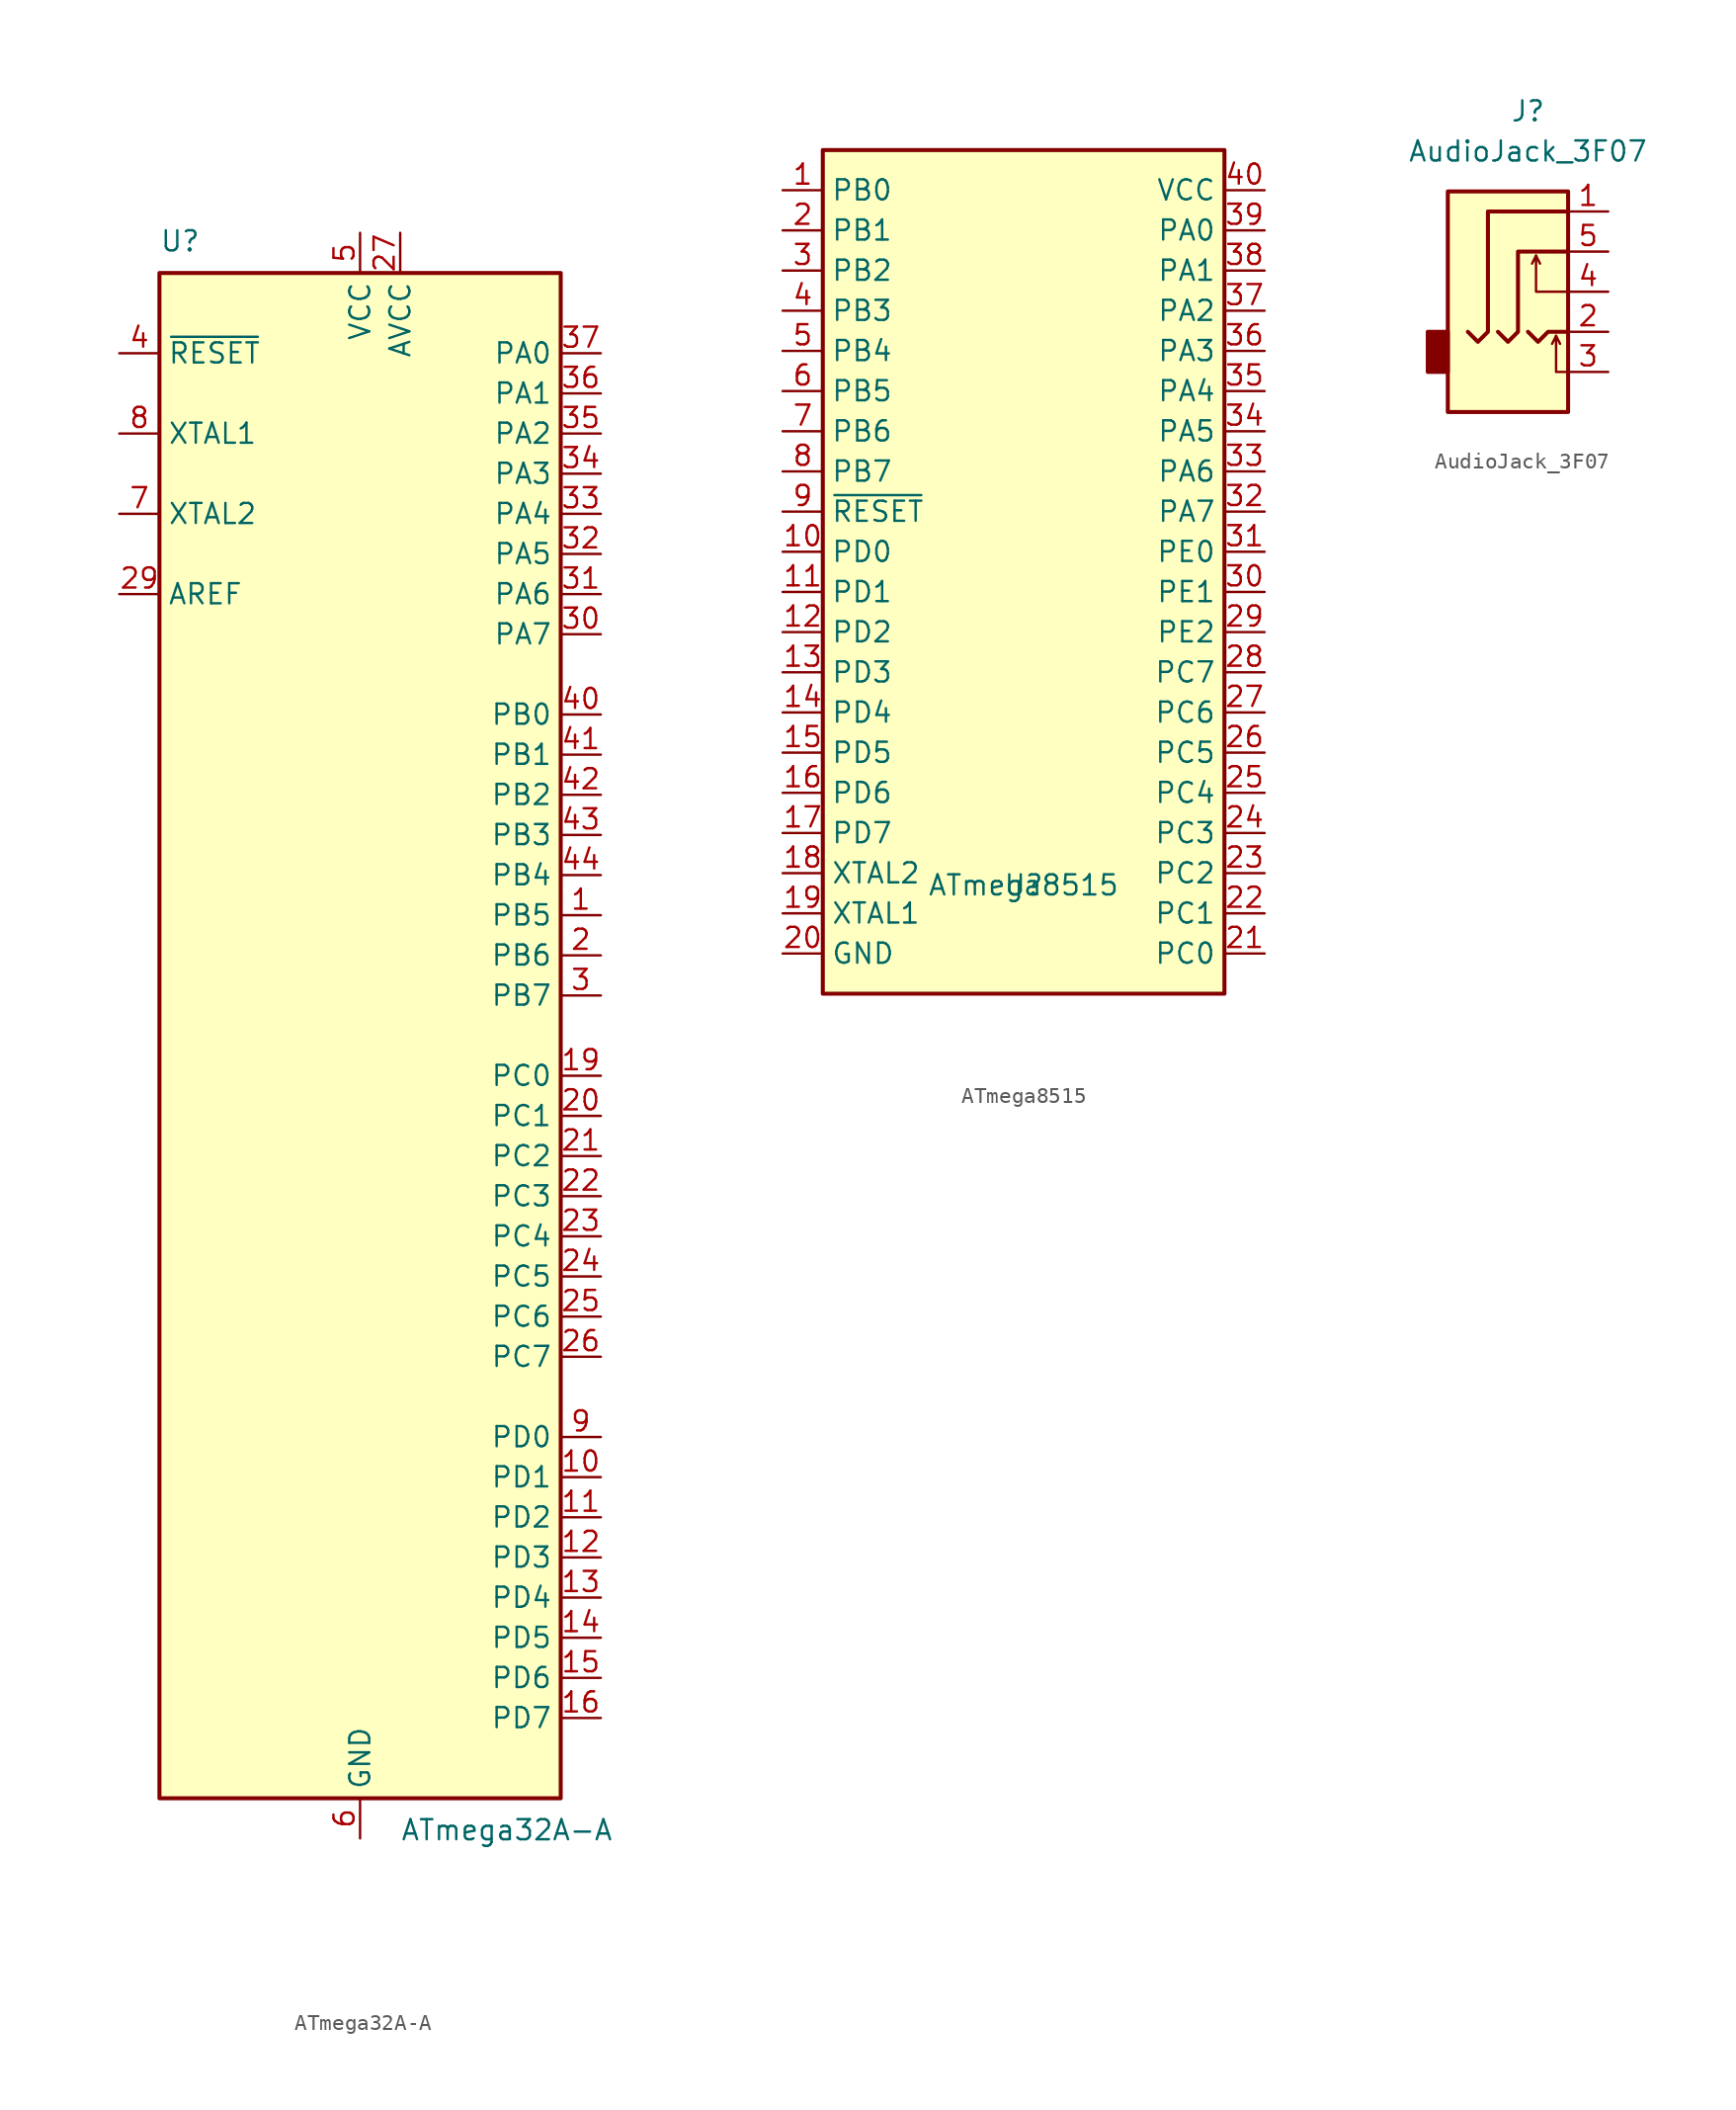
<source format=kicad_sym>
(kicad_symbol_lib
  (version 20211014)
  (generator kicad_symbol_editor)
  (symbol "ATmega32A-A"
    (property "Reference" "U"
      (at -12.7 49.53 0)
      (effects (font (size 1.27 1.27)) (justify left bottom)))
    (property "Value" "ATmega32A-A"
      (at 2.54 -49.53 0)
      (effects (font (size 1.27 1.27)) (justify left top)))
    (symbol "ATmega32A-A_0_1"
      (rectangle (start -12.7 -48.26) (end 12.7 48.26) (stroke (width 0.254) (type default) (color 0 0 0 0)) (fill (type background))))
    (symbol "ATmega32A-A_1_1"
      (pin bidirectional line (at 15.24 7.62 180) (length 2.54) (name "PB5" (effects (font (size 1.27 1.27)))) (number "1" (effects (font (size 1.27 1.27)))))
      (pin bidirectional line (at 15.24 -27.94 180) (length 2.54) (name "PD1" (effects (font (size 1.27 1.27)))) (number "10" (effects (font (size 1.27 1.27)))))
      (pin bidirectional line (at 15.24 -30.48 180) (length 2.54) (name "PD2" (effects (font (size 1.27 1.27)))) (number "11" (effects (font (size 1.27 1.27)))))
      (pin bidirectional line (at 15.24 -33.02 180) (length 2.54) (name "PD3" (effects (font (size 1.27 1.27)))) (number "12" (effects (font (size 1.27 1.27)))))
      (pin bidirectional line (at 15.24 -35.56 180) (length 2.54) (name "PD4" (effects (font (size 1.27 1.27)))) (number "13" (effects (font (size 1.27 1.27)))))
      (pin bidirectional line (at 15.24 -38.1 180) (length 2.54) (name "PD5" (effects (font (size 1.27 1.27)))) (number "14" (effects (font (size 1.27 1.27)))))
      (pin bidirectional line (at 15.24 -40.64 180) (length 2.54) (name "PD6" (effects (font (size 1.27 1.27)))) (number "15" (effects (font (size 1.27 1.27)))))
      (pin bidirectional line (at 15.24 -43.18 180) (length 2.54) (name "PD7" (effects (font (size 1.27 1.27)))) (number "16" (effects (font (size 1.27 1.27)))))
      (pin passive line (at 0 50.8 270) (length 2.54) hide (name "VCC" (effects (font (size 1.27 1.27)))) (number "17" (effects (font (size 1.27 1.27)))))
      (pin passive line (at 0 -50.8 90) (length 2.54) hide (name "GND" (effects (font (size 1.27 1.27)))) (number "18" (effects (font (size 1.27 1.27)))))
      (pin bidirectional line (at 15.24 -2.54 180) (length 2.54) (name "PC0" (effects (font (size 1.27 1.27)))) (number "19" (effects (font (size 1.27 1.27)))))
      (pin bidirectional line (at 15.24 5.08 180) (length 2.54) (name "PB6" (effects (font (size 1.27 1.27)))) (number "2" (effects (font (size 1.27 1.27)))))
      (pin bidirectional line (at 15.24 -5.08 180) (length 2.54) (name "PC1" (effects (font (size 1.27 1.27)))) (number "20" (effects (font (size 1.27 1.27)))))
      (pin bidirectional line (at 15.24 -7.62 180) (length 2.54) (name "PC2" (effects (font (size 1.27 1.27)))) (number "21" (effects (font (size 1.27 1.27)))))
      (pin bidirectional line (at 15.24 -10.16 180) (length 2.54) (name "PC3" (effects (font (size 1.27 1.27)))) (number "22" (effects (font (size 1.27 1.27)))))
      (pin bidirectional line (at 15.24 -12.7 180) (length 2.54) (name "PC4" (effects (font (size 1.27 1.27)))) (number "23" (effects (font (size 1.27 1.27)))))
      (pin bidirectional line (at 15.24 -15.24 180) (length 2.54) (name "PC5" (effects (font (size 1.27 1.27)))) (number "24" (effects (font (size 1.27 1.27)))))
      (pin bidirectional line (at 15.24 -17.78 180) (length 2.54) (name "PC6" (effects (font (size 1.27 1.27)))) (number "25" (effects (font (size 1.27 1.27)))))
      (pin bidirectional line (at 15.24 -20.32 180) (length 2.54) (name "PC7" (effects (font (size 1.27 1.27)))) (number "26" (effects (font (size 1.27 1.27)))))
      (pin power_in line (at 2.54 50.8 270) (length 2.54) (name "AVCC" (effects (font (size 1.27 1.27)))) (number "27" (effects (font (size 1.27 1.27)))))
      (pin passive line (at 0 -50.8 90) (length 2.54) hide (name "GND" (effects (font (size 1.27 1.27)))) (number "28" (effects (font (size 1.27 1.27)))))
      (pin passive line (at -15.24 27.94 0) (length 2.54) (name "AREF" (effects (font (size 1.27 1.27)))) (number "29" (effects (font (size 1.27 1.27)))))
      (pin bidirectional line (at 15.24 2.54 180) (length 2.54) (name "PB7" (effects (font (size 1.27 1.27)))) (number "3" (effects (font (size 1.27 1.27)))))
      (pin bidirectional line (at 15.24 25.4 180) (length 2.54) (name "PA7" (effects (font (size 1.27 1.27)))) (number "30" (effects (font (size 1.27 1.27)))))
      (pin bidirectional line (at 15.24 27.94 180) (length 2.54) (name "PA6" (effects (font (size 1.27 1.27)))) (number "31" (effects (font (size 1.27 1.27)))))
      (pin bidirectional line (at 15.24 30.48 180) (length 2.54) (name "PA5" (effects (font (size 1.27 1.27)))) (number "32" (effects (font (size 1.27 1.27)))))
      (pin bidirectional line (at 15.24 33.02 180) (length 2.54) (name "PA4" (effects (font (size 1.27 1.27)))) (number "33" (effects (font (size 1.27 1.27)))))
      (pin bidirectional line (at 15.24 35.56 180) (length 2.54) (name "PA3" (effects (font (size 1.27 1.27)))) (number "34" (effects (font (size 1.27 1.27)))))
      (pin bidirectional line (at 15.24 38.1 180) (length 2.54) (name "PA2" (effects (font (size 1.27 1.27)))) (number "35" (effects (font (size 1.27 1.27)))))
      (pin bidirectional line (at 15.24 40.64 180) (length 2.54) (name "PA1" (effects (font (size 1.27 1.27)))) (number "36" (effects (font (size 1.27 1.27)))))
      (pin bidirectional line (at 15.24 43.18 180) (length 2.54) (name "PA0" (effects (font (size 1.27 1.27)))) (number "37" (effects (font (size 1.27 1.27)))))
      (pin passive line (at 0 50.8 270) (length 2.54) hide (name "VCC" (effects (font (size 1.27 1.27)))) (number "38" (effects (font (size 1.27 1.27)))))
      (pin passive line (at 0 -50.8 90) (length 2.54) hide (name "GND" (effects (font (size 1.27 1.27)))) (number "39" (effects (font (size 1.27 1.27)))))
      (pin input line (at -15.24 43.18 0) (length 2.54) (name "~{RESET}" (effects (font (size 1.27 1.27)))) (number "4" (effects (font (size 1.27 1.27)))))
      (pin bidirectional line (at 15.24 20.32 180) (length 2.54) (name "PB0" (effects (font (size 1.27 1.27)))) (number "40" (effects (font (size 1.27 1.27)))))
      (pin bidirectional line (at 15.24 17.78 180) (length 2.54) (name "PB1" (effects (font (size 1.27 1.27)))) (number "41" (effects (font (size 1.27 1.27)))))
      (pin bidirectional line (at 15.24 15.24 180) (length 2.54) (name "PB2" (effects (font (size 1.27 1.27)))) (number "42" (effects (font (size 1.27 1.27)))))
      (pin bidirectional line (at 15.24 12.7 180) (length 2.54) (name "PB3" (effects (font (size 1.27 1.27)))) (number "43" (effects (font (size 1.27 1.27)))))
      (pin bidirectional line (at 15.24 10.16 180) (length 2.54) (name "PB4" (effects (font (size 1.27 1.27)))) (number "44" (effects (font (size 1.27 1.27)))))
      (pin power_in line (at 0 50.8 270) (length 2.54) (name "VCC" (effects (font (size 1.27 1.27)))) (number "5" (effects (font (size 1.27 1.27)))))
      (pin power_in line (at 0 -50.8 90) (length 2.54) (name "GND" (effects (font (size 1.27 1.27)))) (number "6" (effects (font (size 1.27 1.27)))))
      (pin output line (at -15.24 33.02 0) (length 2.54) (name "XTAL2" (effects (font (size 1.27 1.27)))) (number "7" (effects (font (size 1.27 1.27)))))
      (pin input line (at -15.24 38.1 0) (length 2.54) (name "XTAL1" (effects (font (size 1.27 1.27)))) (number "8" (effects (font (size 1.27 1.27)))))
      (pin bidirectional line (at 15.24 -25.4 180) (length 2.54) (name "PD0" (effects (font (size 1.27 1.27)))) (number "9" (effects (font (size 1.27 1.27)))))))
  (symbol "ATmega8515"
    (property "Reference" "U"
      (at -0.254 -16.764 0)
      (effects (font (size 1.27 1.27))))
    (property "Value" "ATmega8515"
      (at -0.254 -16.764 0)
      (effects (font (size 1.27 1.27))))
    (symbol "ATmega8515_0_1"
      (rectangle (start -12.954 29.718) (end 12.446 -23.622) (stroke (width 0.254) (type default) (color 0 0 0 0)) (fill (type background))))
    (symbol "ATmega8515_1_1"
      (pin bidirectional line (at -15.494 27.178 0) (length 2.54) (name "PB0" (effects (font (size 1.27 1.27)))) (number "1" (effects (font (size 1.27 1.27)))))
      (pin bidirectional line (at -15.494 4.318 0) (length 2.54) (name "PD0" (effects (font (size 1.27 1.27)))) (number "10" (effects (font (size 1.27 1.27)))))
      (pin bidirectional line (at -15.494 1.778 0) (length 2.54) (name "PD1" (effects (font (size 1.27 1.27)))) (number "11" (effects (font (size 1.27 1.27)))))
      (pin bidirectional line (at -15.494 -0.762 0) (length 2.54) (name "PD2" (effects (font (size 1.27 1.27)))) (number "12" (effects (font (size 1.27 1.27)))))
      (pin bidirectional line (at -15.494 -3.302 0) (length 2.54) (name "PD3" (effects (font (size 1.27 1.27)))) (number "13" (effects (font (size 1.27 1.27)))))
      (pin bidirectional line (at -15.494 -5.842 0) (length 2.54) (name "PD4" (effects (font (size 1.27 1.27)))) (number "14" (effects (font (size 1.27 1.27)))))
      (pin bidirectional line (at -15.494 -8.382 0) (length 2.54) (name "PD5" (effects (font (size 1.27 1.27)))) (number "15" (effects (font (size 1.27 1.27)))))
      (pin bidirectional line (at -15.494 -10.922 0) (length 2.54) (name "PD6" (effects (font (size 1.27 1.27)))) (number "16" (effects (font (size 1.27 1.27)))))
      (pin bidirectional line (at -15.494 -13.462 0) (length 2.54) (name "PD7" (effects (font (size 1.27 1.27)))) (number "17" (effects (font (size 1.27 1.27)))))
      (pin output line (at -15.494 -16.002 0) (length 2.54) (name "XTAL2" (effects (font (size 1.27 1.27)))) (number "18" (effects (font (size 1.27 1.27)))))
      (pin input line (at -15.494 -18.542 0) (length 2.54) (name "XTAL1" (effects (font (size 1.27 1.27)))) (number "19" (effects (font (size 1.27 1.27)))))
      (pin bidirectional line (at -15.494 24.638 0) (length 2.54) (name "PB1" (effects (font (size 1.27 1.27)))) (number "2" (effects (font (size 1.27 1.27)))))
      (pin passive line (at -15.494 -21.082 0) (length 2.54) (name "GND" (effects (font (size 1.27 1.27)))) (number "20" (effects (font (size 1.27 1.27)))))
      (pin bidirectional line (at 14.986 -21.082 180) (length 2.54) (name "PC0" (effects (font (size 1.27 1.27)))) (number "21" (effects (font (size 1.27 1.27)))))
      (pin bidirectional line (at 14.986 -18.542 180) (length 2.54) (name "PC1" (effects (font (size 1.27 1.27)))) (number "22" (effects (font (size 1.27 1.27)))))
      (pin bidirectional line (at 14.986 -16.002 180) (length 2.54) (name "PC2" (effects (font (size 1.27 1.27)))) (number "23" (effects (font (size 1.27 1.27)))))
      (pin bidirectional line (at 14.986 -13.462 180) (length 2.54) (name "PC3" (effects (font (size 1.27 1.27)))) (number "24" (effects (font (size 1.27 1.27)))))
      (pin bidirectional line (at 14.986 -10.922 180) (length 2.54) (name "PC4" (effects (font (size 1.27 1.27)))) (number "25" (effects (font (size 1.27 1.27)))))
      (pin bidirectional line (at 14.986 -8.382 180) (length 2.54) (name "PC5" (effects (font (size 1.27 1.27)))) (number "26" (effects (font (size 1.27 1.27)))))
      (pin bidirectional line (at 14.986 -5.842 180) (length 2.54) (name "PC6" (effects (font (size 1.27 1.27)))) (number "27" (effects (font (size 1.27 1.27)))))
      (pin bidirectional line (at 14.986 -3.302 180) (length 2.54) (name "PC7" (effects (font (size 1.27 1.27)))) (number "28" (effects (font (size 1.27 1.27)))))
      (pin bidirectional line (at 14.986 -0.762 180) (length 2.54) (name "PE2" (effects (font (size 1.27 1.27)))) (number "29" (effects (font (size 1.27 1.27)))))
      (pin bidirectional line (at -15.494 22.098 0) (length 2.54) (name "PB2" (effects (font (size 1.27 1.27)))) (number "3" (effects (font (size 1.27 1.27)))))
      (pin bidirectional line (at 14.986 1.778 180) (length 2.54) (name "PE1" (effects (font (size 1.27 1.27)))) (number "30" (effects (font (size 1.27 1.27)))))
      (pin bidirectional line (at 14.986 4.318 180) (length 2.54) (name "PE0" (effects (font (size 1.27 1.27)))) (number "31" (effects (font (size 1.27 1.27)))))
      (pin bidirectional line (at 14.986 6.858 180) (length 2.54) (name "PA7" (effects (font (size 1.27 1.27)))) (number "32" (effects (font (size 1.27 1.27)))))
      (pin bidirectional line (at 14.986 9.398 180) (length 2.54) (name "PA6" (effects (font (size 1.27 1.27)))) (number "33" (effects (font (size 1.27 1.27)))))
      (pin bidirectional line (at 14.986 11.938 180) (length 2.54) (name "PA5" (effects (font (size 1.27 1.27)))) (number "34" (effects (font (size 1.27 1.27)))))
      (pin bidirectional line (at 14.986 14.478 180) (length 2.54) (name "PA4" (effects (font (size 1.27 1.27)))) (number "35" (effects (font (size 1.27 1.27)))))
      (pin bidirectional line (at 14.986 17.018 180) (length 2.54) (name "PA3" (effects (font (size 1.27 1.27)))) (number "36" (effects (font (size 1.27 1.27)))))
      (pin bidirectional line (at 14.986 19.558 180) (length 2.54) (name "PA2" (effects (font (size 1.27 1.27)))) (number "37" (effects (font (size 1.27 1.27)))))
      (pin bidirectional line (at 14.986 22.098 180) (length 2.54) (name "PA1" (effects (font (size 1.27 1.27)))) (number "38" (effects (font (size 1.27 1.27)))))
      (pin bidirectional line (at 14.986 24.638 180) (length 2.54) (name "PA0" (effects (font (size 1.27 1.27)))) (number "39" (effects (font (size 1.27 1.27)))))
      (pin bidirectional line (at -15.494 19.558 0) (length 2.54) (name "PB3" (effects (font (size 1.27 1.27)))) (number "4" (effects (font (size 1.27 1.27)))))
      (pin passive line (at 14.986 27.178 180) (length 2.54) (name "VCC" (effects (font (size 1.27 1.27)))) (number "40" (effects (font (size 1.27 1.27)))))
      (pin bidirectional line (at -15.494 17.018 0) (length 2.54) (name "PB4" (effects (font (size 1.27 1.27)))) (number "5" (effects (font (size 1.27 1.27)))))
      (pin bidirectional line (at -15.494 14.478 0) (length 2.54) (name "PB5" (effects (font (size 1.27 1.27)))) (number "6" (effects (font (size 1.27 1.27)))))
      (pin bidirectional line (at -15.494 11.938 0) (length 2.54) (name "PB6" (effects (font (size 1.27 1.27)))) (number "7" (effects (font (size 1.27 1.27)))))
      (pin bidirectional line (at -15.494 9.398 0) (length 2.54) (name "PB7" (effects (font (size 1.27 1.27)))) (number "8" (effects (font (size 1.27 1.27)))))
      (pin input line (at -15.494 6.858 0) (length 2.54) (name "~{RESET}" (effects (font (size 1.27 1.27)))) (number "9" (effects (font (size 1.27 1.27)))))))
  (symbol "AudioJack_3F07 "
    (property "Reference" "J"
      (at 0 8.89 0)
      (effects (font (size 1.27 1.27))))
    (property "Value" "AudioJack_3F07 "
      (at 0 6.35 0)
      (effects (font (size 1.27 1.27))))
    (symbol "AudioJack_3F07 _0_1"
      (rectangle (start -5.08 -5.08) (end -6.35 -7.62) (stroke (width 0.254) (type default) (color 0 0 0 0)) (fill (type outline)))
      (polyline (pts (xy 0.508 -0.254) (xy 0.762 -0.762)) (stroke (width 0) (type default) (color 0 0 0 0)) (fill (type none)))
      (polyline (pts (xy 1.778 -5.334) (xy 2.032 -5.842)) (stroke (width 0) (type default) (color 0 0 0 0)) (fill (type none)))
      (polyline (pts (xy 0 -5.08) (xy 0.635 -5.715) (xy 1.27 -5.08) (xy 2.54 -5.08)) (stroke (width 0.254) (type default) (color 0 0 0 0)) (fill (type none)))
      (polyline (pts (xy 2.54 -7.62) (xy 1.778 -7.62) (xy 1.778 -5.334) (xy 1.524 -5.842)) (stroke (width 0) (type default) (color 0 0 0 0)) (fill (type none)))
      (polyline (pts (xy 2.54 -2.54) (xy 0.508 -2.54) (xy 0.508 -0.254) (xy 0.254 -0.762)) (stroke (width 0) (type default) (color 0 0 0 0)) (fill (type none)))
      (polyline (pts (xy -1.905 -5.08) (xy -1.27 -5.715) (xy -0.635 -5.08) (xy -0.635 0) (xy 2.54 0)) (stroke (width 0.254) (type default) (color 0 0 0 0)) (fill (type none)))
      (polyline (pts (xy 2.54 2.54) (xy -2.54 2.54) (xy -2.54 -5.08) (xy -3.175 -5.715) (xy -3.81 -5.08)) (stroke (width 0.254) (type default) (color 0 0 0 0)) (fill (type none)))
      (rectangle (start 2.54 3.81) (end -5.08 -10.16) (stroke (width 0.254) (type default) (color 0 0 0 0)) (fill (type background))))
    (symbol "AudioJack_3F07 _1_1"
      (pin passive line (at 5.08 2.54 180) (length 2.54) (name "~" (effects (font (size 1.27 1.27)))) (number "1" (effects (font (size 1.27 1.27)))))
      (pin passive line (at 5.08 -5.08 180) (length 2.54) (name "~" (effects (font (size 1.27 1.27)))) (number "2" (effects (font (size 1.27 1.27)))))
      (pin passive line (at 5.08 -7.62 180) (length 2.54) (name "~" (effects (font (size 1.27 1.27)))) (number "3" (effects (font (size 1.27 1.27)))))
      (pin passive line (at 5.08 -2.54 180) (length 2.54) (name "~" (effects (font (size 1.27 1.27)))) (number "4" (effects (font (size 1.27 1.27)))))
      (pin passive line (at 5.08 0 180) (length 2.54) (name "~" (effects (font (size 1.27 1.27)))) (number "5" (effects (font (size 1.27 1.27))))))))
</source>
